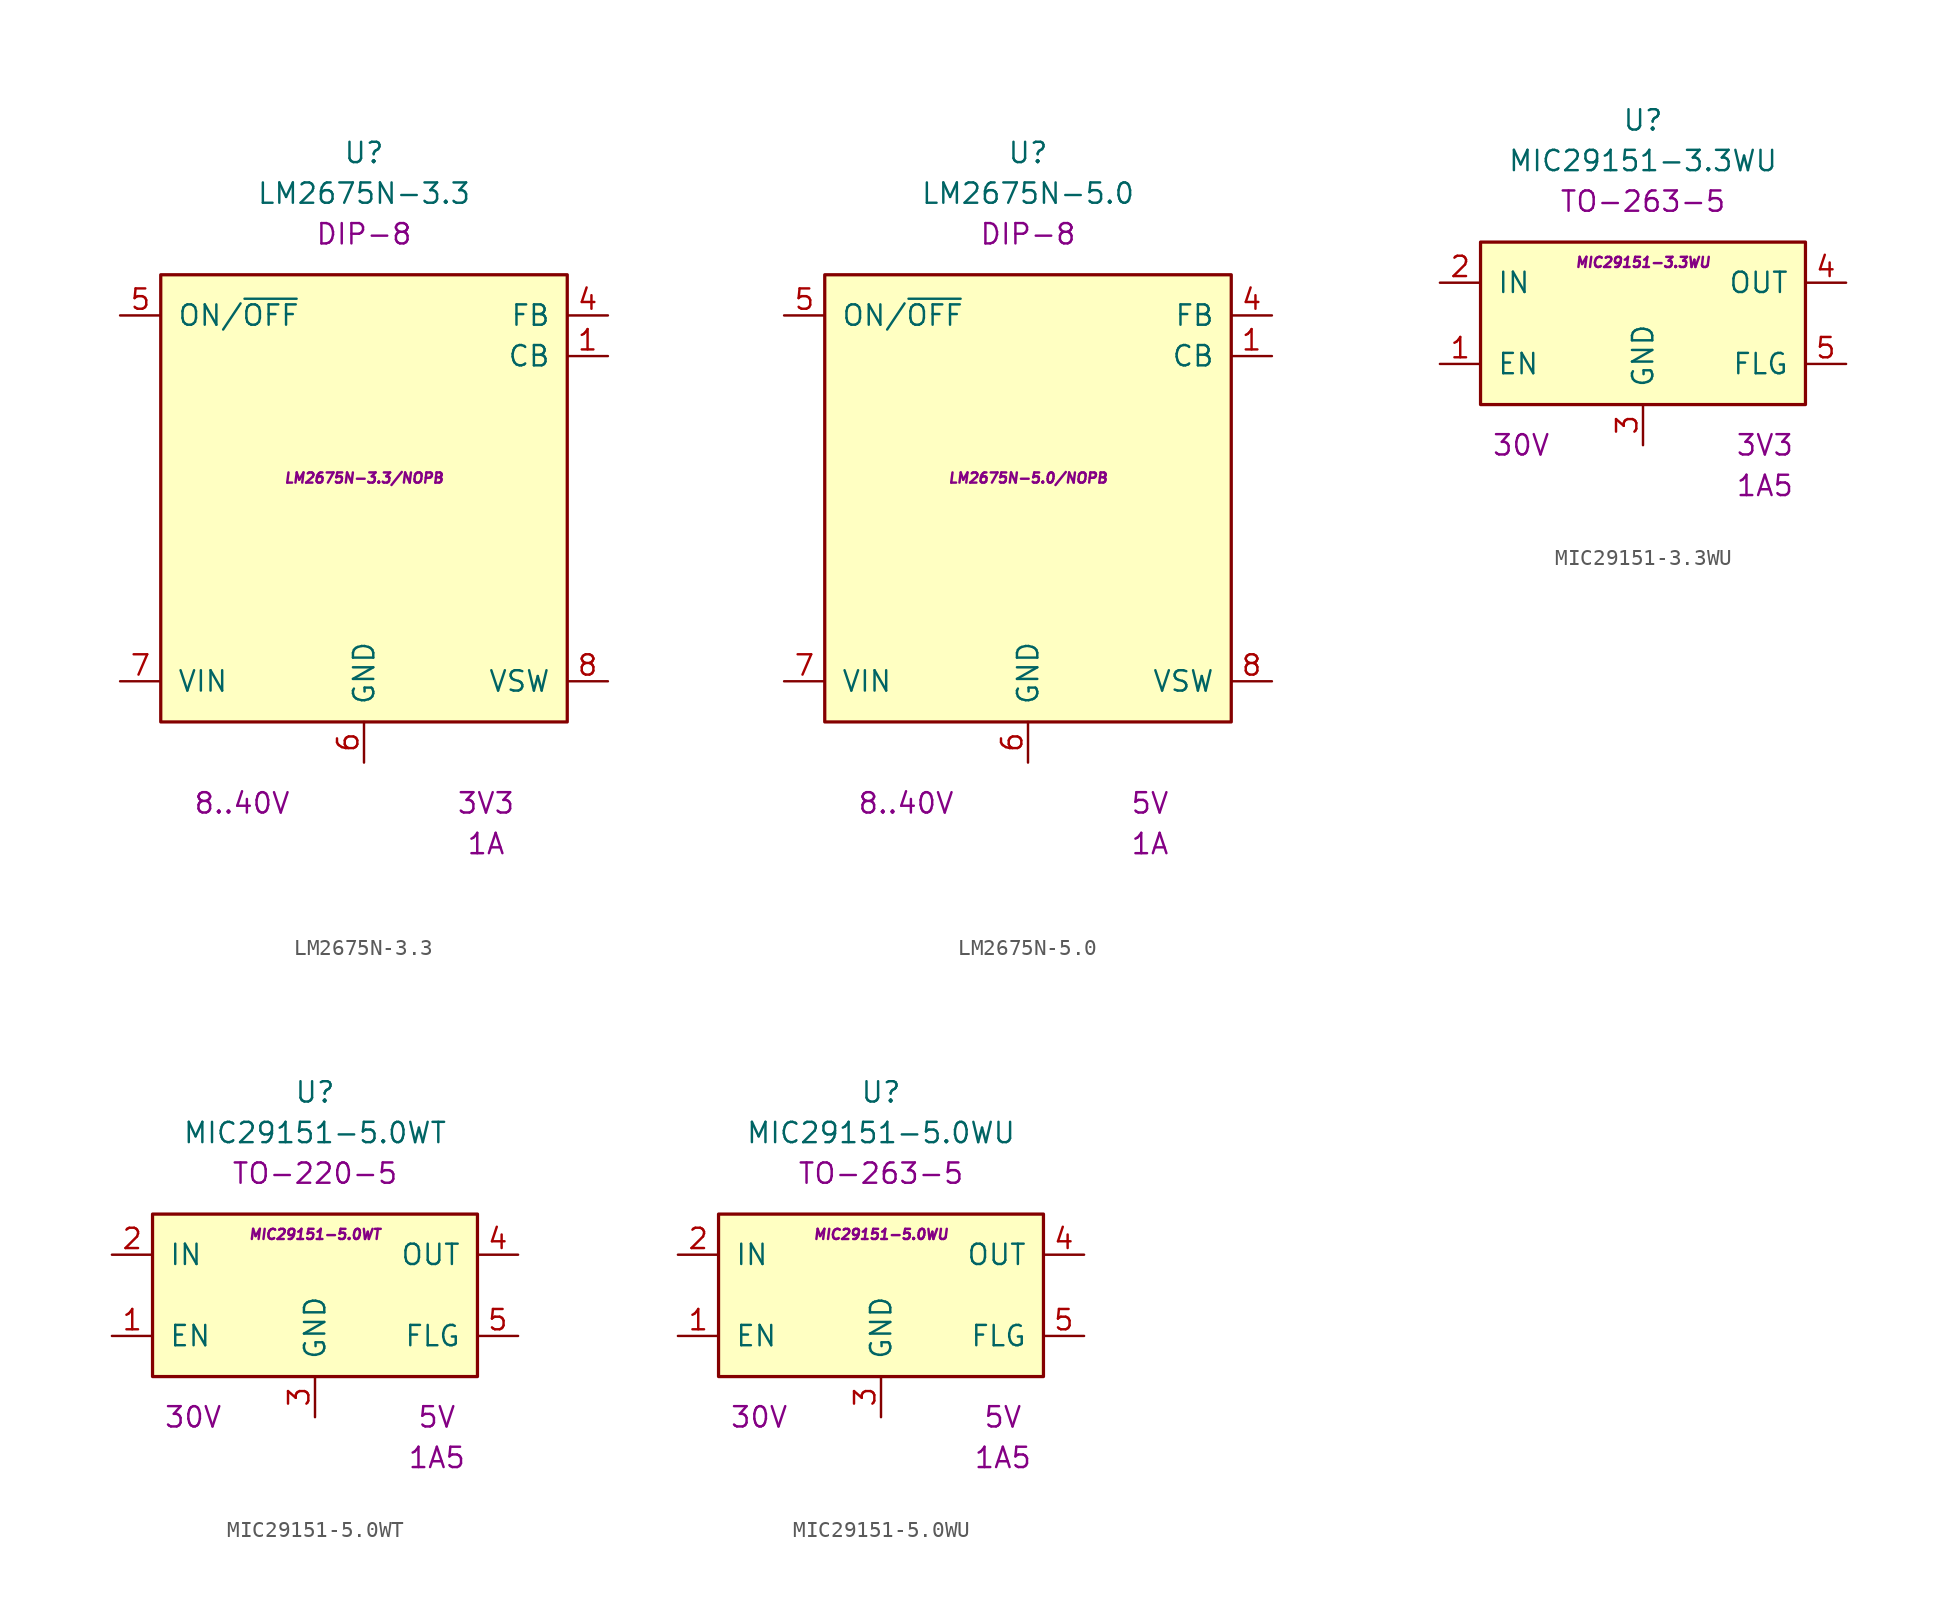
<source format=kicad_sym>
(kicad_symbol_lib
  (version 20201005)
  (generator kicad_symbol_editor)
  (symbol "U.VoltageRegulator:LM2675N-3.3"
    (pin_names
      (offset 1.016))
    (property "Reference" "U"
      (at 0 20.32 0)
      (effects (font (size 1.27 1.27))))
    (property "Value" "LM2675N-3.3"
      (at 0 17.78 0)
      (effects (font (size 1.27 1.27))))
    (property "Package" "DIP-8"
      (at 0 15.24 0)
      (effects (font (size 1.27 1.27))))
    (property "VoltageIn" "8..40V"
      (at -7.62 -20.32 0)
      (effects (font (size 1.27 1.27))))
    (property "VoltageOut" "3V3"
      (at 7.62 -20.32 0)
      (effects (font (size 1.27 1.27))))
    (property "Current" "1A"
      (at 7.62 -22.86 0)
      (effects (font (size 1.27 1.27))))
    (property "ID" "LM2675N-3.3/NOPB"
      (at 0 0 0)
      (effects (font (size 0.635 0.635) italic)))
    (symbol "LM2675N-3.3_0_1"
      (rectangle (start -12.7 12.7) (end 12.7 -15.24) (stroke (width 0.203)) (fill (type background))))
    (symbol "LM2675N-3.3_1_1"
      (pin passive line (at 15.24 7.62 180) (length 2.54) (name "CB" (effects (font (size 1.27 1.27)))) (number "1" (effects (font (size 1.27 1.27)))))
      (pin no_connect line (at -15.24 0 0) (length 2.54) hide (name "NC" (effects (font (size 1.27 1.27)))) (number "2" (effects (font (size 1.27 1.27)))))
      (pin no_connect line (at -15.24 -2.54 0) (length 2.54) hide (name "NC" (effects (font (size 1.27 1.27)))) (number "3" (effects (font (size 1.27 1.27)))))
      (pin input line (at 15.24 10.16 180) (length 2.54) (name "FB" (effects (font (size 1.27 1.27)))) (number "4" (effects (font (size 1.27 1.27)))))
      (pin input line (at -15.24 10.16 0) (length 2.54) (name "ON/~OFF" (effects (font (size 1.27 1.27)))) (number "5" (effects (font (size 1.27 1.27)))))
      (pin power_in line (at 0 -17.78 90) (length 2.54) (name "GND" (effects (font (size 1.27 1.27)))) (number "6" (effects (font (size 1.27 1.27)))))
      (pin power_in line (at -15.24 -12.7 0) (length 2.54) (name "VIN" (effects (font (size 1.27 1.27)))) (number "7" (effects (font (size 1.27 1.27)))))
      (pin power_out line (at 15.24 -12.7 180) (length 2.54) (name "VSW" (effects (font (size 1.27 1.27)))) (number "8" (effects (font (size 1.27 1.27)))))))
  (symbol "U.VoltageRegulator:LM2675N-5.0"
    (pin_names
      (offset 1.016))
    (property "Reference" "U"
      (at 0 20.32 0)
      (effects (font (size 1.27 1.27))))
    (property "Value" "LM2675N-5.0"
      (at 0 17.78 0)
      (effects (font (size 1.27 1.27))))
    (property "Package" "DIP-8"
      (at 0 15.24 0)
      (effects (font (size 1.27 1.27))))
    (property "VoltageIn" "8..40V"
      (at -7.62 -20.32 0)
      (effects (font (size 1.27 1.27))))
    (property "VoltageOut" "5V"
      (at 7.62 -20.32 0)
      (effects (font (size 1.27 1.27))))
    (property "Current" "1A"
      (at 7.62 -22.86 0)
      (effects (font (size 1.27 1.27))))
    (property "ID" "LM2675N-5.0/NOPB"
      (at 0 0 0)
      (effects (font (size 0.635 0.635) italic)))
    (symbol "LM2675N-5.0_0_1"
      (rectangle (start -12.7 12.7) (end 12.7 -15.24) (stroke (width 0.203)) (fill (type background))))
    (symbol "LM2675N-5.0_1_1"
      (pin passive line (at 15.24 7.62 180) (length 2.54) (name "CB" (effects (font (size 1.27 1.27)))) (number "1" (effects (font (size 1.27 1.27)))))
      (pin no_connect line (at -15.24 0 0) (length 2.54) hide (name "NC" (effects (font (size 1.27 1.27)))) (number "2" (effects (font (size 1.27 1.27)))))
      (pin no_connect line (at -15.24 -2.54 0) (length 2.54) hide (name "NC" (effects (font (size 1.27 1.27)))) (number "3" (effects (font (size 1.27 1.27)))))
      (pin input line (at 15.24 10.16 180) (length 2.54) (name "FB" (effects (font (size 1.27 1.27)))) (number "4" (effects (font (size 1.27 1.27)))))
      (pin input line (at -15.24 10.16 0) (length 2.54) (name "ON/~OFF" (effects (font (size 1.27 1.27)))) (number "5" (effects (font (size 1.27 1.27)))))
      (pin power_in line (at 0 -17.78 90) (length 2.54) (name "GND" (effects (font (size 1.27 1.27)))) (number "6" (effects (font (size 1.27 1.27)))))
      (pin power_in line (at -15.24 -12.7 0) (length 2.54) (name "VIN" (effects (font (size 1.27 1.27)))) (number "7" (effects (font (size 1.27 1.27)))))
      (pin power_out line (at 15.24 -12.7 180) (length 2.54) (name "VSW" (effects (font (size 1.27 1.27)))) (number "8" (effects (font (size 1.27 1.27)))))))
  (symbol "U.VoltageRegulator:MIC29151-3.3WU"
    (pin_names
      (offset 1.016))
    (property "Reference" "U"
      (at 0 12.7 0)
      (effects (font (size 1.27 1.27))))
    (property "Value" "MIC29151-3.3WU"
      (at 0 10.16 0)
      (effects (font (size 1.27 1.27))))
    (property "Package" "TO-263-5"
      (at 0 7.62 0)
      (effects (font (size 1.27 1.27))))
    (property "VoltageIn" "30V"
      (at -7.62 -7.62 0)
      (effects (font (size 1.27 1.27))))
    (property "VoltageOut" "3V3"
      (at 7.62 -7.62 0)
      (effects (font (size 1.27 1.27))))
    (property "Current" "1A5"
      (at 7.62 -10.16 0)
      (effects (font (size 1.27 1.27))))
    (property "ID" "MIC29151-3.3WU"
      (at 0 3.81 0)
      (effects (font (size 0.635 0.635) italic)))
    (symbol "MIC29151-3.3WU_0_1"
      (rectangle (start -10.16 5.08) (end 10.16 -5.08) (stroke (width 0.203)) (fill (type background))))
    (symbol "MIC29151-3.3WU_1_1"
      (pin input line (at -12.7 -2.54 0) (length 2.54) (name "EN" (effects (font (size 1.27 1.27)))) (number "1" (effects (font (size 1.27 1.27)))))
      (pin power_in line (at -12.7 2.54 0) (length 2.54) (name "IN" (effects (font (size 1.27 1.27)))) (number "2" (effects (font (size 1.27 1.27)))))
      (pin power_in line (at 0 -7.62 90) (length 2.54) (name "GND" (effects (font (size 1.27 1.27)))) (number "3" (effects (font (size 1.27 1.27)))))
      (pin power_out line (at 12.7 2.54 180) (length 2.54) (name "OUT" (effects (font (size 1.27 1.27)))) (number "4" (effects (font (size 1.27 1.27)))))
      (pin open_collector line (at 12.7 -2.54 180) (length 2.54) (name "FLG" (effects (font (size 1.27 1.27)))) (number "5" (effects (font (size 1.27 1.27)))))))
  (symbol "U.VoltageRegulator:MIC29151-5.0WT"
    (pin_names
      (offset 1.016))
    (property "Reference" "U"
      (at 0 12.7 0)
      (effects (font (size 1.27 1.27))))
    (property "Value" "MIC29151-5.0WT"
      (at 0 10.16 0)
      (effects (font (size 1.27 1.27))))
    (property "Package" "TO-220-5"
      (at 0 7.62 0)
      (effects (font (size 1.27 1.27))))
    (property "VoltageIn" "30V"
      (at -7.62 -7.62 0)
      (effects (font (size 1.27 1.27))))
    (property "VoltageOut" "5V"
      (at 7.62 -7.62 0)
      (effects (font (size 1.27 1.27))))
    (property "Current" "1A5"
      (at 7.62 -10.16 0)
      (effects (font (size 1.27 1.27))))
    (property "ID" "MIC29151-5.0WT"
      (at 0 3.81 0)
      (effects (font (size 0.635 0.635) italic)))
    (symbol "MIC29151-5.0WT_0_1"
      (rectangle (start -10.16 5.08) (end 10.16 -5.08) (stroke (width 0.203)) (fill (type background))))
    (symbol "MIC29151-5.0WT_1_1"
      (pin input line (at -12.7 -2.54 0) (length 2.54) (name "EN" (effects (font (size 1.27 1.27)))) (number "1" (effects (font (size 1.27 1.27)))))
      (pin power_in line (at -12.7 2.54 0) (length 2.54) (name "IN" (effects (font (size 1.27 1.27)))) (number "2" (effects (font (size 1.27 1.27)))))
      (pin power_in line (at 0 -7.62 90) (length 2.54) (name "GND" (effects (font (size 1.27 1.27)))) (number "3" (effects (font (size 1.27 1.27)))))
      (pin power_out line (at 12.7 2.54 180) (length 2.54) (name "OUT" (effects (font (size 1.27 1.27)))) (number "4" (effects (font (size 1.27 1.27)))))
      (pin open_collector line (at 12.7 -2.54 180) (length 2.54) (name "FLG" (effects (font (size 1.27 1.27)))) (number "5" (effects (font (size 1.27 1.27)))))))
  (symbol "U.VoltageRegulator:MIC29151-5.0WU"
    (pin_names
      (offset 1.016))
    (property "Reference" "U"
      (at 0 12.7 0)
      (effects (font (size 1.27 1.27))))
    (property "Value" "MIC29151-5.0WU"
      (at 0 10.16 0)
      (effects (font (size 1.27 1.27))))
    (property "Package" "TO-263-5"
      (at 0 7.62 0)
      (effects (font (size 1.27 1.27))))
    (property "VoltageIn" "30V"
      (at -7.62 -7.62 0)
      (effects (font (size 1.27 1.27))))
    (property "VoltageOut" "5V"
      (at 7.62 -7.62 0)
      (effects (font (size 1.27 1.27))))
    (property "Current" "1A5"
      (at 7.62 -10.16 0)
      (effects (font (size 1.27 1.27))))
    (property "ID" "MIC29151-5.0WU"
      (at 0 3.81 0)
      (effects (font (size 0.635 0.635) italic)))
    (symbol "MIC29151-5.0WU_0_1"
      (rectangle (start -10.16 5.08) (end 10.16 -5.08) (stroke (width 0.203)) (fill (type background))))
    (symbol "MIC29151-5.0WU_1_1"
      (pin input line (at -12.7 -2.54 0) (length 2.54) (name "EN" (effects (font (size 1.27 1.27)))) (number "1" (effects (font (size 1.27 1.27)))))
      (pin power_in line (at -12.7 2.54 0) (length 2.54) (name "IN" (effects (font (size 1.27 1.27)))) (number "2" (effects (font (size 1.27 1.27)))))
      (pin power_in line (at 0 -7.62 90) (length 2.54) (name "GND" (effects (font (size 1.27 1.27)))) (number "3" (effects (font (size 1.27 1.27)))))
      (pin power_out line (at 12.7 2.54 180) (length 2.54) (name "OUT" (effects (font (size 1.27 1.27)))) (number "4" (effects (font (size 1.27 1.27)))))
      (pin open_collector line (at 12.7 -2.54 180) (length 2.54) (name "FLG" (effects (font (size 1.27 1.27)))) (number "5" (effects (font (size 1.27 1.27))))))))
</source>
